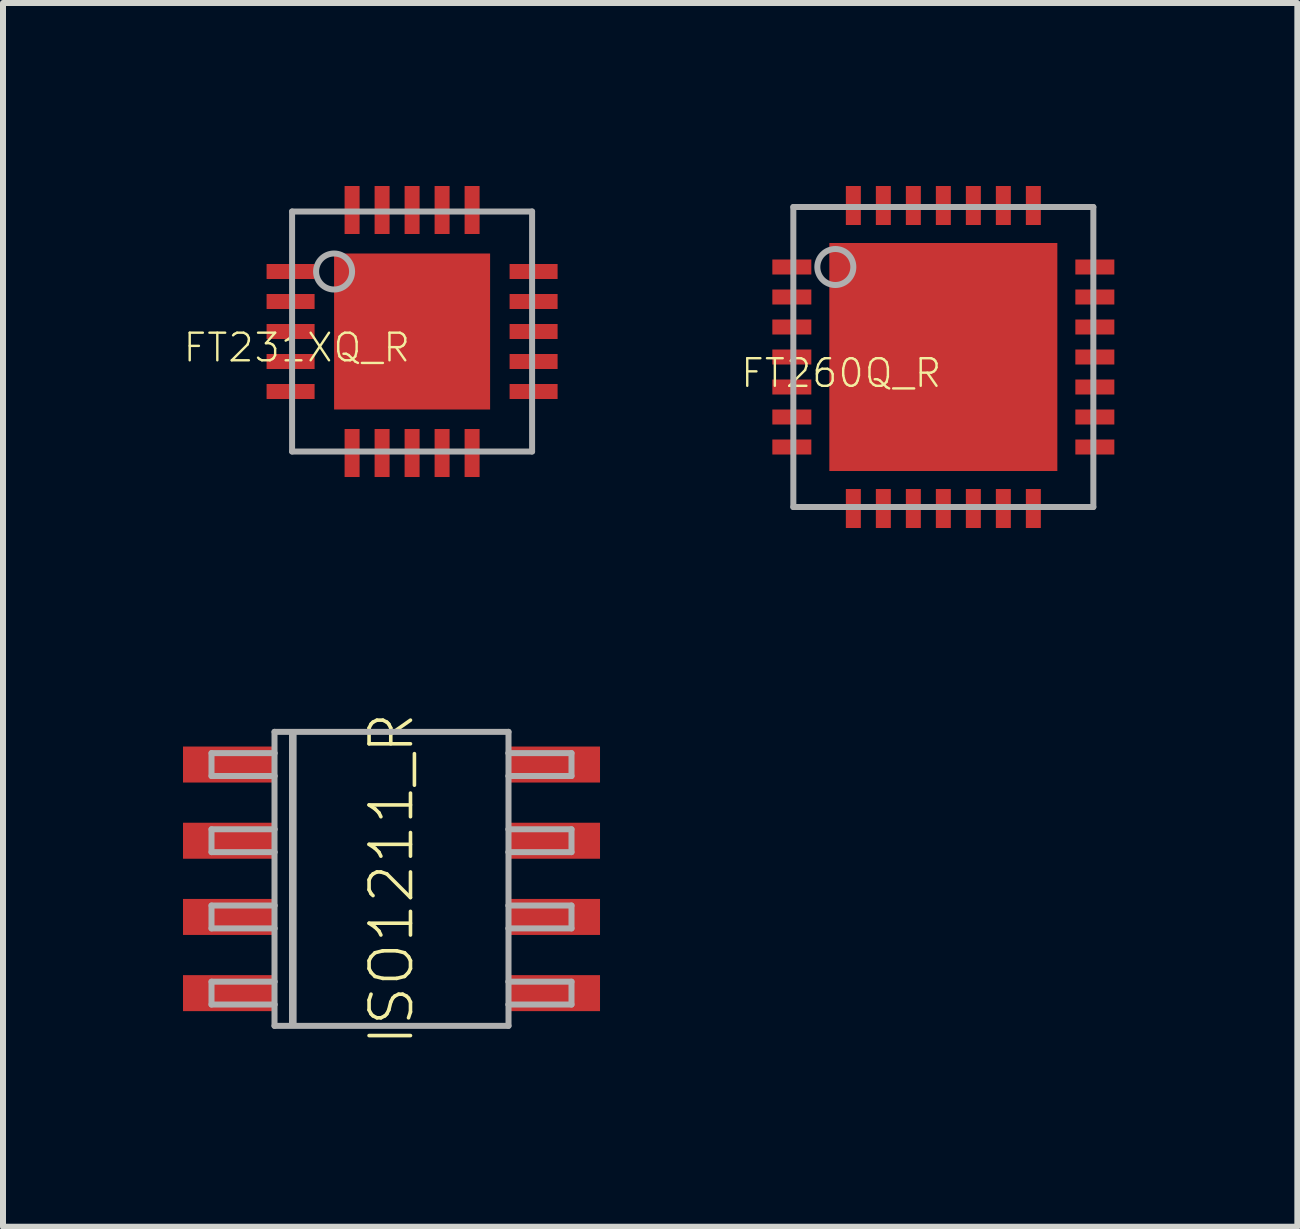
<source format=kicad_pcb>
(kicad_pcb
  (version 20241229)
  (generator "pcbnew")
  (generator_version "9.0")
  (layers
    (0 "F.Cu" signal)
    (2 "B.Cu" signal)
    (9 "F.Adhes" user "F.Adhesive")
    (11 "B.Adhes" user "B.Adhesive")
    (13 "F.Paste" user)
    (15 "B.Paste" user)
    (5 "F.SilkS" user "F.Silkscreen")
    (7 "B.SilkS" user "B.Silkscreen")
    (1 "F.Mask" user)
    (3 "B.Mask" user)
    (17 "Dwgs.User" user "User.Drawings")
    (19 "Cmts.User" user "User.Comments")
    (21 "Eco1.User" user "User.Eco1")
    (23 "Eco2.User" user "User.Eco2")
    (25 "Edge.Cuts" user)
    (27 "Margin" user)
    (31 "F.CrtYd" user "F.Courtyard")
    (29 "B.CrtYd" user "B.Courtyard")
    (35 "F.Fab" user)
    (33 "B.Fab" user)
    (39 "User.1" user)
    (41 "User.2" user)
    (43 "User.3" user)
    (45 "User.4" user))
  (footprint "FT260Q_R"
    (layer "F.Cu")
    (at 12.672 2.9)
    (property "Reference" "FT260Q_R" (at 0 0 0) (unlocked yes) (layer "F.SilkS") (effects (font (size 0.46 0.46) (thickness 0.04)) (justify right top)))
    (fp_poly (pts (xy -2.9 -1.325) (xy -2.15 -1.325) (xy -2.15 -1.675) (xy -2.9 -1.675)) (stroke (width 0) (type default)) (fill yes) (layer "F.Mask"))
    (fp_poly (pts (xy -2.9 -0.825) (xy -2.15 -0.825) (xy -2.15 -1.175) (xy -2.9 -1.175)) (stroke (width 0) (type default)) (fill yes) (layer "F.Mask"))
    (fp_poly (pts (xy -2.9 -0.325) (xy -2.15 -0.325) (xy -2.15 -0.675) (xy -2.9 -0.675)) (stroke (width 0) (type default)) (fill yes) (layer "F.Mask"))
    (fp_poly (pts (xy -2.9 0.175) (xy -2.15 0.175) (xy -2.15 -0.175) (xy -2.9 -0.175)) (stroke (width 0) (type default)) (fill yes) (layer "F.Mask"))
    (fp_poly (pts (xy -2.9 0.675) (xy -2.15 0.675) (xy -2.15 0.325) (xy -2.9 0.325)) (stroke (width 0) (type default)) (fill yes) (layer "F.Mask"))
    (fp_poly (pts (xy -2.9 1.175) (xy -2.15 1.175) (xy -2.15 0.825) (xy -2.9 0.825)) (stroke (width 0) (type default)) (fill yes) (layer "F.Mask"))
    (fp_poly (pts (xy -2.9 1.675) (xy -2.15 1.675) (xy -2.15 1.325) (xy -2.9 1.325)) (stroke (width 0) (type default)) (fill yes) (layer "F.Mask"))
    (fp_poly (pts (xy -1.95 1.95) (xy 1.95 1.95) (xy 1.95 -1.95) (xy -1.95 -1.95)) (stroke (width 0) (type default)) (fill yes) (layer "F.Mask"))
    (fp_poly (pts (xy -1.675 -2.9) (xy -1.675 -2.15) (xy -1.325 -2.15) (xy -1.325 -2.9)) (stroke (width 0) (type default)) (fill yes) (layer "F.Mask"))
    (fp_poly (pts (xy -1.325 2.9) (xy -1.325 2.15) (xy -1.675 2.15) (xy -1.675 2.9)) (stroke (width 0) (type default)) (fill yes) (layer "F.Mask"))
    (fp_poly (pts (xy -1.175 -2.9) (xy -1.175 -2.15) (xy -0.825 -2.15) (xy -0.825 -2.9)) (stroke (width 0) (type default)) (fill yes) (layer "F.Mask"))
    (fp_poly (pts (xy -0.825 2.9) (xy -0.825 2.15) (xy -1.175 2.15) (xy -1.175 2.9)) (stroke (width 0) (type default)) (fill yes) (layer "F.Mask"))
    (fp_poly (pts (xy -0.675 -2.9) (xy -0.675 -2.15) (xy -0.325 -2.15) (xy -0.325 -2.9)) (stroke (width 0) (type default)) (fill yes) (layer "F.Mask"))
    (fp_poly (pts (xy -0.325 2.9) (xy -0.325 2.15) (xy -0.675 2.15) (xy -0.675 2.9)) (stroke (width 0) (type default)) (fill yes) (layer "F.Mask"))
    (fp_poly (pts (xy -0.175 -2.9) (xy -0.175 -2.15) (xy 0.175 -2.15) (xy 0.175 -2.9)) (stroke (width 0) (type default)) (fill yes) (layer "F.Mask"))
    (fp_poly (pts (xy 0.175 2.9) (xy 0.175 2.15) (xy -0.175 2.15) (xy -0.175 2.9)) (stroke (width 0) (type default)) (fill yes) (layer "F.Mask"))
    (fp_poly (pts (xy 0.325 -2.9) (xy 0.325 -2.15) (xy 0.675 -2.15) (xy 0.675 -2.9)) (stroke (width 0) (type default)) (fill yes) (layer "F.Mask"))
    (fp_poly (pts (xy 0.675 2.9) (xy 0.675 2.15) (xy 0.325 2.15) (xy 0.325 2.9)) (stroke (width 0) (type default)) (fill yes) (layer "F.Mask"))
    (fp_poly (pts (xy 0.825 -2.9) (xy 0.825 -2.15) (xy 1.175 -2.15) (xy 1.175 -2.9)) (stroke (width 0) (type default)) (fill yes) (layer "F.Mask"))
    (fp_poly (pts (xy 1.175 2.9) (xy 1.175 2.15) (xy 0.825 2.15) (xy 0.825 2.9)) (stroke (width 0) (type default)) (fill yes) (layer "F.Mask"))
    (fp_poly (pts (xy 1.325 -2.9) (xy 1.325 -2.15) (xy 1.675 -2.15) (xy 1.675 -2.9)) (stroke (width 0) (type default)) (fill yes) (layer "F.Mask"))
    (fp_poly (pts (xy 1.675 2.9) (xy 1.675 2.15) (xy 1.325 2.15) (xy 1.325 2.9)) (stroke (width 0) (type default)) (fill yes) (layer "F.Mask"))
    (fp_poly (pts (xy 2.9 -1.675) (xy 2.15 -1.675) (xy 2.15 -1.325) (xy 2.9 -1.325)) (stroke (width 0) (type default)) (fill yes) (layer "F.Mask"))
    (fp_poly (pts (xy 2.9 -1.175) (xy 2.15 -1.175) (xy 2.15 -0.825) (xy 2.9 -0.825)) (stroke (width 0) (type default)) (fill yes) (layer "F.Mask"))
    (fp_poly (pts (xy 2.9 -0.675) (xy 2.15 -0.675) (xy 2.15 -0.325) (xy 2.9 -0.325)) (stroke (width 0) (type default)) (fill yes) (layer "F.Mask"))
    (fp_poly (pts (xy 2.9 -0.175) (xy 2.15 -0.175) (xy 2.15 0.175) (xy 2.9 0.175)) (stroke (width 0) (type default)) (fill yes) (layer "F.Mask"))
    (fp_poly (pts (xy 2.9 0.325) (xy 2.15 0.325) (xy 2.15 0.675) (xy 2.9 0.675)) (stroke (width 0) (type default)) (fill yes) (layer "F.Mask"))
    (fp_poly (pts (xy 2.9 0.825) (xy 2.15 0.825) (xy 2.15 1.175) (xy 2.9 1.175)) (stroke (width 0) (type default)) (fill yes) (layer "F.Mask"))
    (fp_poly (pts (xy 2.9 1.325) (xy 2.15 1.325) (xy 2.15 1.675) (xy 2.9 1.675)) (stroke (width 0) (type default)) (fill yes) (layer "F.Mask"))
    (fp_poly (pts (xy -1.7 -0.15) (xy -0.15 -0.15) (xy -0.15 -1.7) (xy -1.7 -1.7)) (stroke (width 0) (type default)) (fill yes) (layer "F.Paste"))
    (fp_poly (pts (xy -1.7 1.7) (xy -0.15 1.7) (xy -0.15 0.15) (xy -1.7 0.15)) (stroke (width 0) (type default)) (fill yes) (layer "F.Paste"))
    (fp_poly (pts (xy 0.15 -0.15) (xy 1.7 -0.15) (xy 1.7 -1.7) (xy 0.15 -1.7)) (stroke (width 0) (type default)) (fill yes) (layer "F.Paste"))
    (fp_poly (pts (xy 0.15 1.7) (xy 1.7 1.7) (xy 1.7 0.15) (xy 0.15 0.15)) (stroke (width 0) (type default)) (fill yes) (layer "F.Paste"))
    (fp_line (start -2.5 -2.5) (end -2.5 2.5) (stroke (width 0.1) (type solid)) (layer "F.Fab"))
    (fp_line (start -2.5 2.5) (end 2.5 2.5) (stroke (width 0.1) (type solid)) (layer "F.Fab"))
    (fp_line (start 2.5 -2.5) (end -2.5 -2.5) (stroke (width 0.1) (type solid)) (layer "F.Fab"))
    (fp_line (start 2.5 2.5) (end 2.5 -2.5) (stroke (width 0.1) (type solid)) (layer "F.Fab"))
    (fp_circle (center -1.8 -1.5) (end -1.5 -1.5) (stroke (width 0.1) (type solid)) (fill no) (layer "F.Fab"))
    (pad "0" smd rect (at 0 0 270) (size 3.8 3.8) (layers "F.Cu"))
    (pad "1" smd rect (at -2.525 -1.5 270) (size 0.25 0.65) (layers "F.Cu" "F.Paste"))
    (pad "2" smd rect (at -2.525 -1 270) (size 0.25 0.65) (layers "F.Cu" "F.Paste"))
    (pad "3" smd rect (at -2.525 -0.5 270) (size 0.25 0.65) (layers "F.Cu" "F.Paste"))
    (pad "4" smd rect (at -2.525 0 270) (size 0.25 0.65) (layers "F.Cu" "F.Paste"))
    (pad "5" smd rect (at -2.525 0.5 270) (size 0.25 0.65) (layers "F.Cu" "F.Paste"))
    (pad "6" smd rect (at -2.525 1 270) (size 0.25 0.65) (layers "F.Cu" "F.Paste"))
    (pad "7" smd rect (at -2.525 1.5 270) (size 0.25 0.65) (layers "F.Cu" "F.Paste"))
    (pad "8" smd rect (at -1.5 2.525) (size 0.25 0.65) (layers "F.Cu" "F.Paste"))
    (pad "9" smd rect (at -1 2.525) (size 0.25 0.65) (layers "F.Cu" "F.Paste"))
    (pad "10" smd rect (at -0.5 2.525) (size 0.25 0.65) (layers "F.Cu" "F.Paste"))
    (pad "11" smd rect (at 0 2.525) (size 0.25 0.65) (layers "F.Cu" "F.Paste"))
    (pad "12" smd rect (at 0.5 2.525) (size 0.25 0.65) (layers "F.Cu" "F.Paste"))
    (pad "13" smd rect (at 1 2.525) (size 0.25 0.65) (layers "F.Cu" "F.Paste"))
    (pad "14" smd rect (at 1.5 2.525) (size 0.25 0.65) (layers "F.Cu" "F.Paste"))
    (pad "15" smd rect (at 2.525 1.5 270) (size 0.25 0.65) (layers "F.Cu" "F.Paste"))
    (pad "16" smd rect (at 2.525 1 270) (size 0.25 0.65) (layers "F.Cu" "F.Paste"))
    (pad "17" smd rect (at 2.525 0.5 270) (size 0.25 0.65) (layers "F.Cu" "F.Paste"))
    (pad "18" smd rect (at 2.525 0 270) (size 0.25 0.65) (layers "F.Cu" "F.Paste"))
    (pad "19" smd rect (at 2.525 -0.5 270) (size 0.25 0.65) (layers "F.Cu" "F.Paste"))
    (pad "20" smd rect (at 2.525 -1 270) (size 0.25 0.65) (layers "F.Cu" "F.Paste"))
    (pad "21" smd rect (at 2.525 -1.5 270) (size 0.25 0.65) (layers "F.Cu" "F.Paste"))
    (pad "22" smd rect (at 1.5 -2.525) (size 0.25 0.65) (layers "F.Cu" "F.Paste"))
    (pad "23" smd rect (at 1 -2.525) (size 0.25 0.65) (layers "F.Cu" "F.Paste"))
    (pad "24" smd rect (at 0.5 -2.525) (size 0.25 0.65) (layers "F.Cu" "F.Paste"))
    (pad "25" smd rect (at 0 -2.525) (size 0.25 0.65) (layers "F.Cu" "F.Paste"))
    (pad "26" smd rect (at -0.5 -2.525) (size 0.25 0.65) (layers "F.Cu" "F.Paste"))
    (pad "27" smd rect (at -1 -2.525) (size 0.25 0.65) (layers "F.Cu" "F.Paste"))
    (pad "28" smd rect (at -1.5 -2.525) (size 0.25 0.65) (layers "F.Cu" "F.Paste")))
  (footprint "FT231XQ_R"
    (layer "F.Cu")
    (at 3.818 2.475)
    (property "Reference" "FT231XQ_R" (at 0 0 0) (unlocked yes) (layer "F.SilkS") (effects (font (size 0.46 0.46) (thickness 0.04)) (justify right top)))
    (fp_poly (pts (xy -2.475 1.175) (xy -1.575 1.175) (xy -1.575 -1.175) (xy -2.475 -1.175)) (stroke (width 0) (type default)) (fill yes) (layer "F.Mask"))
    (fp_poly (pts (xy -1.35 1.35) (xy 1.35 1.35) (xy 1.35 -1.35) (xy -1.35 -1.35)) (stroke (width 0) (type default)) (fill yes) (layer "F.Mask"))
    (fp_poly (pts (xy -1.175 1.575) (xy -1.175 2.475) (xy 1.175 2.475) (xy 1.175 1.575)) (stroke (width 0) (type default)) (fill yes) (layer "F.Mask"))
    (fp_poly (pts (xy 1.175 -1.575) (xy 1.175 -2.475) (xy -1.175 -2.475) (xy -1.175 -1.575)) (stroke (width 0) (type default)) (fill yes) (layer "F.Mask"))
    (fp_poly (pts (xy 2.475 -1.175) (xy 1.575 -1.175) (xy 1.575 1.175) (xy 2.475 1.175)) (stroke (width 0) (type default)) (fill yes) (layer "F.Mask"))
    (fp_poly (pts (xy -1.2 -0.1) (xy -0.1 -0.1) (xy -0.1 -1.2) (xy -1.2 -1.2)) (stroke (width 0) (type default)) (fill yes) (layer "F.Paste"))
    (fp_poly (pts (xy -1.2 1.2) (xy -0.1 1.2) (xy -0.1 0.1) (xy -1.2 0.1)) (stroke (width 0) (type default)) (fill yes) (layer "F.Paste"))
    (fp_poly (pts (xy 0.1 -0.1) (xy 1.2 -0.1) (xy 1.2 -1.2) (xy 0.1 -1.2)) (stroke (width 0) (type default)) (fill yes) (layer "F.Paste"))
    (fp_poly (pts (xy 0.1 1.2) (xy 1.2 1.2) (xy 1.2 0.1) (xy 0.1 0.1)) (stroke (width 0) (type default)) (fill yes) (layer "F.Paste"))
    (fp_line (start -2 -2) (end -2 2) (stroke (width 0.1) (type solid)) (layer "F.Fab"))
    (fp_line (start -2 2) (end 2 2) (stroke (width 0.1) (type solid)) (layer "F.Fab"))
    (fp_line (start 2 -2) (end -2 -2) (stroke (width 0.1) (type solid)) (layer "F.Fab"))
    (fp_line (start 2 2) (end 2 -2) (stroke (width 0.1) (type solid)) (layer "F.Fab"))
    (fp_circle (center -1.3 -1) (end -1 -1) (stroke (width 0.1) (type solid)) (fill no) (layer "F.Fab"))
    (pad "0" smd rect (at 0 0 270) (size 2.6 2.6) (layers "F.Cu"))
    (pad "1" smd rect (at -2.025 -1 270) (size 0.25 0.8) (layers "F.Cu" "F.Paste"))
    (pad "2" smd rect (at -2.025 -0.5 270) (size 0.25 0.8) (layers "F.Cu" "F.Paste"))
    (pad "3" smd rect (at -2.025 0 270) (size 0.25 0.8) (layers "F.Cu" "F.Paste"))
    (pad "4" smd rect (at -2.025 0.5 270) (size 0.25 0.8) (layers "F.Cu" "F.Paste"))
    (pad "5" smd rect (at -2.025 1 270) (size 0.25 0.8) (layers "F.Cu" "F.Paste"))
    (pad "6" smd rect (at -1 2.025) (size 0.25 0.8) (layers "F.Cu" "F.Paste"))
    (pad "7" smd rect (at -0.5 2.025) (size 0.25 0.8) (layers "F.Cu" "F.Paste"))
    (pad "8" smd rect (at 0 2.025) (size 0.25 0.8) (layers "F.Cu" "F.Paste"))
    (pad "9" smd rect (at 0.5 2.025) (size 0.25 0.8) (layers "F.Cu" "F.Paste"))
    (pad "10" smd rect (at 1 2.025) (size 0.25 0.8) (layers "F.Cu" "F.Paste"))
    (pad "11" smd rect (at 2.025 1 270) (size 0.25 0.8) (layers "F.Cu" "F.Paste"))
    (pad "12" smd rect (at 2.025 0.5 270) (size 0.25 0.8) (layers "F.Cu" "F.Paste"))
    (pad "13" smd rect (at 2.025 0 270) (size 0.25 0.8) (layers "F.Cu" "F.Paste"))
    (pad "14" smd rect (at 2.025 -0.5 270) (size 0.25 0.8) (layers "F.Cu" "F.Paste"))
    (pad "15" smd rect (at 2.025 -1 270) (size 0.25 0.8) (layers "F.Cu" "F.Paste"))
    (pad "16" smd rect (at 1 -2.025) (size 0.25 0.8) (layers "F.Cu" "F.Paste"))
    (pad "17" smd rect (at 0.5 -2.025) (size 0.25 0.8) (layers "F.Cu" "F.Paste"))
    (pad "18" smd rect (at 0 -2.025) (size 0.25 0.8) (layers "F.Cu" "F.Paste"))
    (pad "19" smd rect (at -0.5 -2.025) (size 0.25 0.8) (layers "F.Cu" "F.Paste"))
    (pad "20" smd rect (at -1 -2.025) (size 0.25 0.8) (layers "F.Cu" "F.Paste")))
  (footprint "ISO1211_R"
    (layer "F.Cu")
    (at 3.475 11.597)
    (property "Reference" "ISO1211_R" (at 0 0 90) (unlocked yes) (layer "F.SilkS") (effects (font (size 0.69 0.69) (thickness 0.06))))
    (fp_poly (pts (xy -1.925 -1.605) (xy -3.475 -1.605) (xy -3.475 -2.205) (xy -1.925 -2.205)) (stroke (width 0) (type default)) (fill yes) (layer "F.Paste"))
    (fp_poly (pts (xy -1.925 -0.335) (xy -3.475 -0.335) (xy -3.475 -0.935) (xy -1.925 -0.935)) (stroke (width 0) (type default)) (fill yes) (layer "F.Paste"))
    (fp_poly (pts (xy -1.925 0.935) (xy -3.475 0.935) (xy -3.475 0.335) (xy -1.925 0.335)) (stroke (width 0) (type default)) (fill yes) (layer "F.Paste"))
    (fp_poly (pts (xy -1.925 2.205) (xy -3.475 2.205) (xy -3.475 1.605) (xy -1.925 1.605)) (stroke (width 0) (type default)) (fill yes) (layer "F.Paste"))
    (fp_poly (pts (xy 3.475 -1.605) (xy 1.925 -1.605) (xy 1.925 -2.205) (xy 3.475 -2.205)) (stroke (width 0) (type default)) (fill yes) (layer "F.Paste"))
    (fp_poly (pts (xy 3.475 -0.335) (xy 1.925 -0.335) (xy 1.925 -0.935) (xy 3.475 -0.935)) (stroke (width 0) (type default)) (fill yes) (layer "F.Paste"))
    (fp_poly (pts (xy 3.475 0.935) (xy 1.925 0.935) (xy 1.925 0.335) (xy 3.475 0.335)) (stroke (width 0) (type default)) (fill yes) (layer "F.Paste"))
    (fp_poly (pts (xy 3.475 2.205) (xy 1.925 2.205) (xy 1.925 1.605) (xy 3.475 1.605)) (stroke (width 0) (type default)) (fill yes) (layer "F.Paste"))
    (fp_line (start -3 -2.095) (end -3 -1.714) (stroke (width 0.1) (type solid)) (layer "F.Fab"))
    (fp_line (start -3 -1.714) (end -1.95 -1.714) (stroke (width 0.1) (type solid)) (layer "F.Fab"))
    (fp_line (start -3 -0.826) (end -3 -0.445) (stroke (width 0.1) (type solid)) (layer "F.Fab"))
    (fp_line (start -3 -0.445) (end -1.95 -0.445) (stroke (width 0.1) (type solid)) (layer "F.Fab"))
    (fp_line (start -3 0.445) (end -3 0.826) (stroke (width 0.1) (type solid)) (layer "F.Fab"))
    (fp_line (start -3 0.826) (end -1.95 0.826) (stroke (width 0.1) (type solid)) (layer "F.Fab"))
    (fp_line (start -3 1.714) (end -3 2.095) (stroke (width 0.1) (type solid)) (layer "F.Fab"))
    (fp_line (start -3 2.095) (end -1.95 2.095) (stroke (width 0.1) (type solid)) (layer "F.Fab"))
    (fp_line (start -1.95 -2.45) (end -1.95 -2.095) (stroke (width 0.1) (type solid)) (layer "F.Fab"))
    (fp_line (start -1.95 -2.095) (end -3 -2.095) (stroke (width 0.1) (type solid)) (layer "F.Fab"))
    (fp_line (start -1.95 -2.095) (end -1.95 -1.714) (stroke (width 0.1) (type solid)) (layer "F.Fab"))
    (fp_line (start -1.95 -1.714) (end -1.95 -0.826) (stroke (width 0.1) (type solid)) (layer "F.Fab"))
    (fp_line (start -1.95 -0.826) (end -3 -0.826) (stroke (width 0.1) (type solid)) (layer "F.Fab"))
    (fp_line (start -1.95 -0.826) (end -1.95 -0.445) (stroke (width 0.1) (type solid)) (layer "F.Fab"))
    (fp_line (start -1.95 -0.445) (end -1.95 0.445) (stroke (width 0.1) (type solid)) (layer "F.Fab"))
    (fp_line (start -1.95 0.445) (end -3 0.445) (stroke (width 0.1) (type solid)) (layer "F.Fab"))
    (fp_line (start -1.95 0.445) (end -1.95 0.826) (stroke (width 0.1) (type solid)) (layer "F.Fab"))
    (fp_line (start -1.95 0.826) (end -1.95 1.714) (stroke (width 0.1) (type solid)) (layer "F.Fab"))
    (fp_line (start -1.95 1.714) (end -3 1.714) (stroke (width 0.1) (type solid)) (layer "F.Fab"))
    (fp_line (start -1.95 1.714) (end -1.95 2.095) (stroke (width 0.1) (type solid)) (layer "F.Fab"))
    (fp_line (start -1.95 2.095) (end -1.95 2.45) (stroke (width 0.1) (type solid)) (layer "F.Fab"))
    (fp_line (start -1.95 2.45) (end 1.95 2.45) (stroke (width 0.1) (type solid)) (layer "F.Fab"))
    (fp_line (start -1.645 -2.4) (end -1.645 2.4) (stroke (width 0.127) (type solid)) (layer "F.Fab"))
    (fp_line (start 1.95 -2.45) (end -1.95 -2.45) (stroke (width 0.1) (type solid)) (layer "F.Fab"))
    (fp_line (start 1.95 -2.095) (end 1.95 -2.45) (stroke (width 0.1) (type solid)) (layer "F.Fab"))
    (fp_line (start 1.95 -1.714) (end 1.95 -2.095) (stroke (width 0.1) (type solid)) (layer "F.Fab"))
    (fp_line (start 1.95 -1.714) (end 3 -1.714) (stroke (width 0.1) (type solid)) (layer "F.Fab"))
    (fp_line (start 1.95 -0.826) (end 1.95 -1.714) (stroke (width 0.1) (type solid)) (layer "F.Fab"))
    (fp_line (start 1.95 -0.445) (end 1.95 -0.826) (stroke (width 0.1) (type solid)) (layer "F.Fab"))
    (fp_line (start 1.95 -0.445) (end 3 -0.445) (stroke (width 0.1) (type solid)) (layer "F.Fab"))
    (fp_line (start 1.95 0.445) (end 1.95 -0.445) (stroke (width 0.1) (type solid)) (layer "F.Fab"))
    (fp_line (start 1.95 0.826) (end 1.95 0.445) (stroke (width 0.1) (type solid)) (layer "F.Fab"))
    (fp_line (start 1.95 0.826) (end 3 0.826) (stroke (width 0.1) (type solid)) (layer "F.Fab"))
    (fp_line (start 1.95 1.714) (end 1.95 0.826) (stroke (width 0.1) (type solid)) (layer "F.Fab"))
    (fp_line (start 1.95 2.095) (end 1.95 1.714) (stroke (width 0.1) (type solid)) (layer "F.Fab"))
    (fp_line (start 1.95 2.095) (end 3 2.095) (stroke (width 0.1) (type solid)) (layer "F.Fab"))
    (fp_line (start 1.95 2.45) (end 1.95 2.095) (stroke (width 0.1) (type solid)) (layer "F.Fab"))
    (fp_line (start 3 -2.095) (end 1.95 -2.095) (stroke (width 0.1) (type solid)) (layer "F.Fab"))
    (fp_line (start 3 -1.714) (end 3 -2.095) (stroke (width 0.1) (type solid)) (layer "F.Fab"))
    (fp_line (start 3 -0.826) (end 1.95 -0.826) (stroke (width 0.1) (type solid)) (layer "F.Fab"))
    (fp_line (start 3 -0.445) (end 3 -0.826) (stroke (width 0.1) (type solid)) (layer "F.Fab"))
    (fp_line (start 3 0.445) (end 1.95 0.445) (stroke (width 0.1) (type solid)) (layer "F.Fab"))
    (fp_line (start 3 0.826) (end 3 0.445) (stroke (width 0.1) (type solid)) (layer "F.Fab"))
    (fp_line (start 3 1.714) (end 1.95 1.714) (stroke (width 0.1) (type solid)) (layer "F.Fab"))
    (fp_line (start 3 2.095) (end 3 1.714) (stroke (width 0.1) (type solid)) (layer "F.Fab"))
    (pad "1" smd rect (at -2.7 -1.905) (size 1.55 0.6) (layers "F.Cu" "F.Mask"))
    (pad "2" smd rect (at -2.7 -0.635) (size 1.55 0.6) (layers "F.Cu" "F.Mask"))
    (pad "3" smd rect (at -2.7 0.635) (size 1.55 0.6) (layers "F.Cu" "F.Mask"))
    (pad "4" smd rect (at -2.7 1.905) (size 1.55 0.6) (layers "F.Cu" "F.Mask"))
    (pad "5" smd rect (at 2.7 1.905) (size 1.55 0.6) (layers "F.Cu" "F.Mask"))
    (pad "6" smd rect (at 2.7 0.635) (size 1.55 0.6) (layers "F.Cu" "F.Mask"))
    (pad "7" smd rect (at 2.7 -0.635) (size 1.55 0.6) (layers "F.Cu" "F.Mask"))
    (pad "8" smd rect (at 2.7 -1.905) (size 1.55 0.6) (layers "F.Cu" "F.Mask")))
  (gr_rect
    (start -3 -3)
    (end 18.572 17.395)
    (stroke (width 0.1) (type default))
    (fill no)
    (layer "Edge.Cuts")))
</source>
